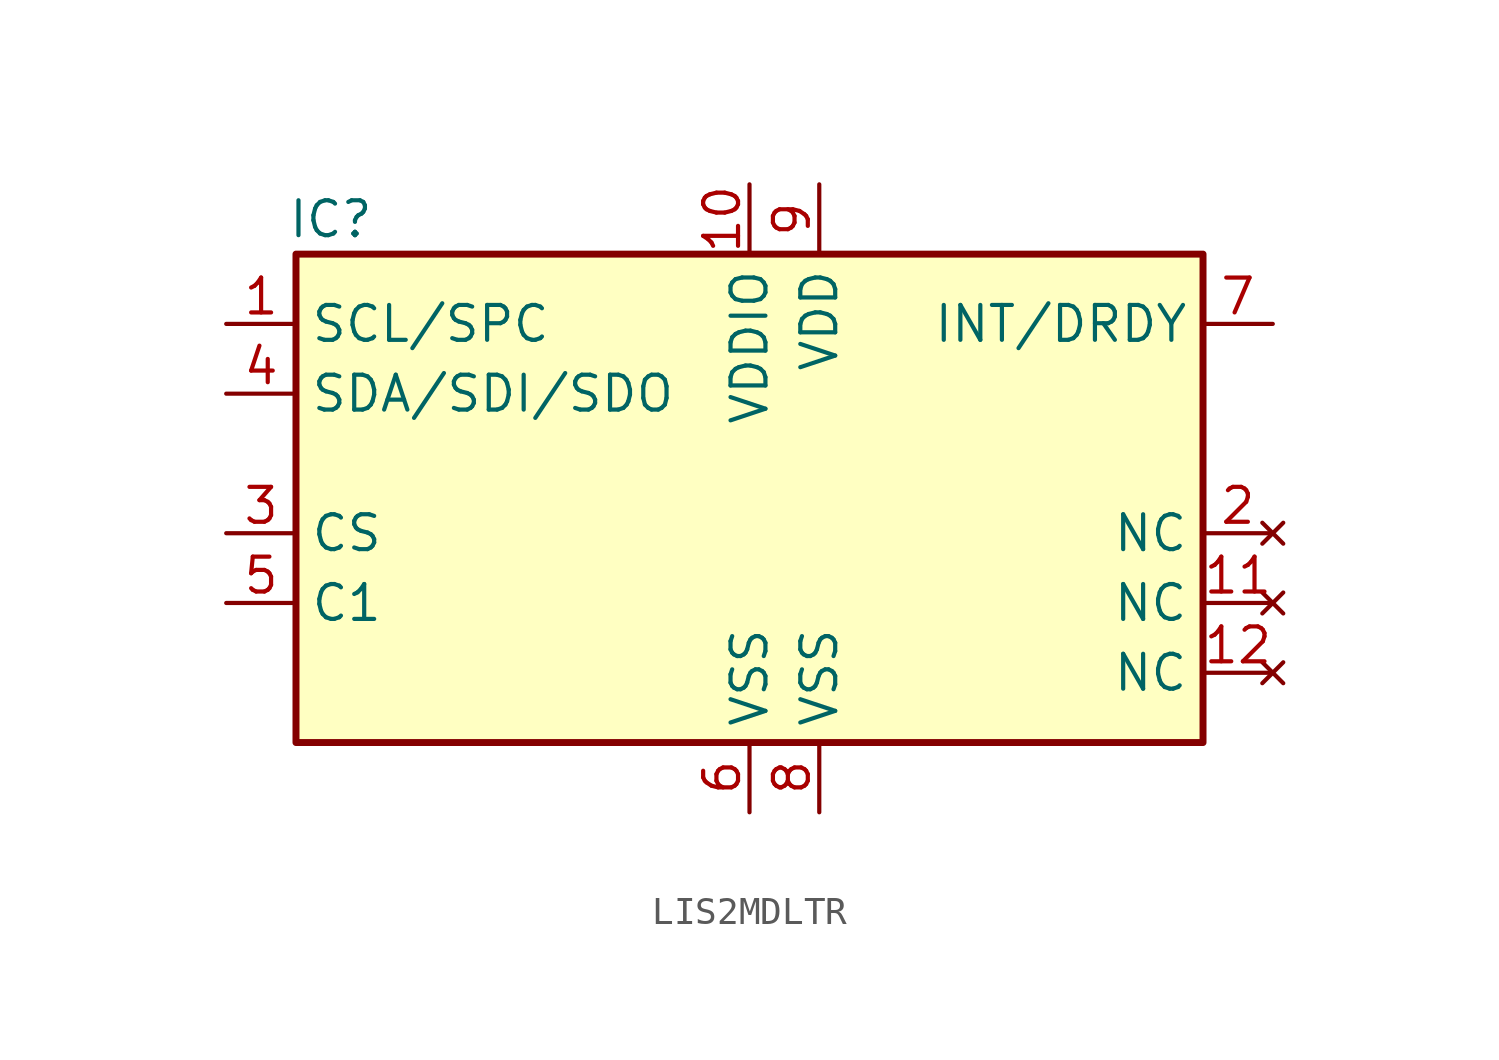
<source format=kicad_sym>
(kicad_symbol_lib
  (version 20220914)
  (generator kicad_symbol_editor)
  (symbol "LIS2MDLTR"
    (property "Reference" "IC"
      (at -16.51 11.43 0)
      (effects (font (size 1.27 1.27))))
    (property "Value" ""
      (at 0 0 0)
      (effects (font (size 1.27 1.27))))
    (symbol "LIS2MDLTR_1_0"
      (pin passive line (at -20.32 7.62 0) (length 2.54) (name "SCL/SPC" (effects (font (size 1.27 1.27)))) (number "1" (effects (font (size 1.27 1.27)))))
      (pin power_in line (at -1.27 12.7 270) (length 2.54) (name "VDDIO" (effects (font (size 1.27 1.27)))) (number "10" (effects (font (size 1.27 1.27)))))
      (pin no_connect line (at 17.78 -2.54 180) (length 2.54) (name "NC" (effects (font (size 1.27 1.27)))) (number "11" (effects (font (size 1.27 1.27)))))
      (pin no_connect line (at 17.78 -5.08 180) (length 2.54) (name "NC" (effects (font (size 1.27 1.27)))) (number "12" (effects (font (size 1.27 1.27)))))
      (pin no_connect line (at 17.78 0 180) (length 2.54) (name "NC" (effects (font (size 1.27 1.27)))) (number "2" (effects (font (size 1.27 1.27)))))
      (pin passive line (at -20.32 0 0) (length 2.54) (name "CS" (effects (font (size 1.27 1.27)))) (number "3" (effects (font (size 1.27 1.27)))))
      (pin passive line (at -20.32 5.08 0) (length 2.54) (name "SDA/SDI/SDO" (effects (font (size 1.27 1.27)))) (number "4" (effects (font (size 1.27 1.27)))))
      (pin passive line (at -20.32 -2.54 0) (length 2.54) (name "C1" (effects (font (size 1.27 1.27)))) (number "5" (effects (font (size 1.27 1.27)))))
      (pin power_in line (at -1.27 -10.16 90) (length 2.54) (name "VSS" (effects (font (size 1.27 1.27)))) (number "6" (effects (font (size 1.27 1.27)))))
      (pin passive line (at 17.78 7.62 180) (length 2.54) (name "INT/DRDY" (effects (font (size 1.27 1.27)))) (number "7" (effects (font (size 1.27 1.27)))))
      (pin power_in line (at 1.27 -10.16 90) (length 2.54) (name "VSS" (effects (font (size 1.27 1.27)))) (number "8" (effects (font (size 1.27 1.27)))))
      (pin power_in line (at 1.27 12.7 270) (length 2.54) (name "VDD" (effects (font (size 1.27 1.27)))) (number "9" (effects (font (size 1.27 1.27))))))
    (symbol "LIS2MDLTR_1_1"
      (polyline (pts (xy -17.78 10.16) (xy 15.24 10.16) (xy 15.24 -7.62) (xy -17.78 -7.62) (xy -17.78 10.16)) (stroke (width 0.254) (type default)) (fill (type background))))))
</source>
